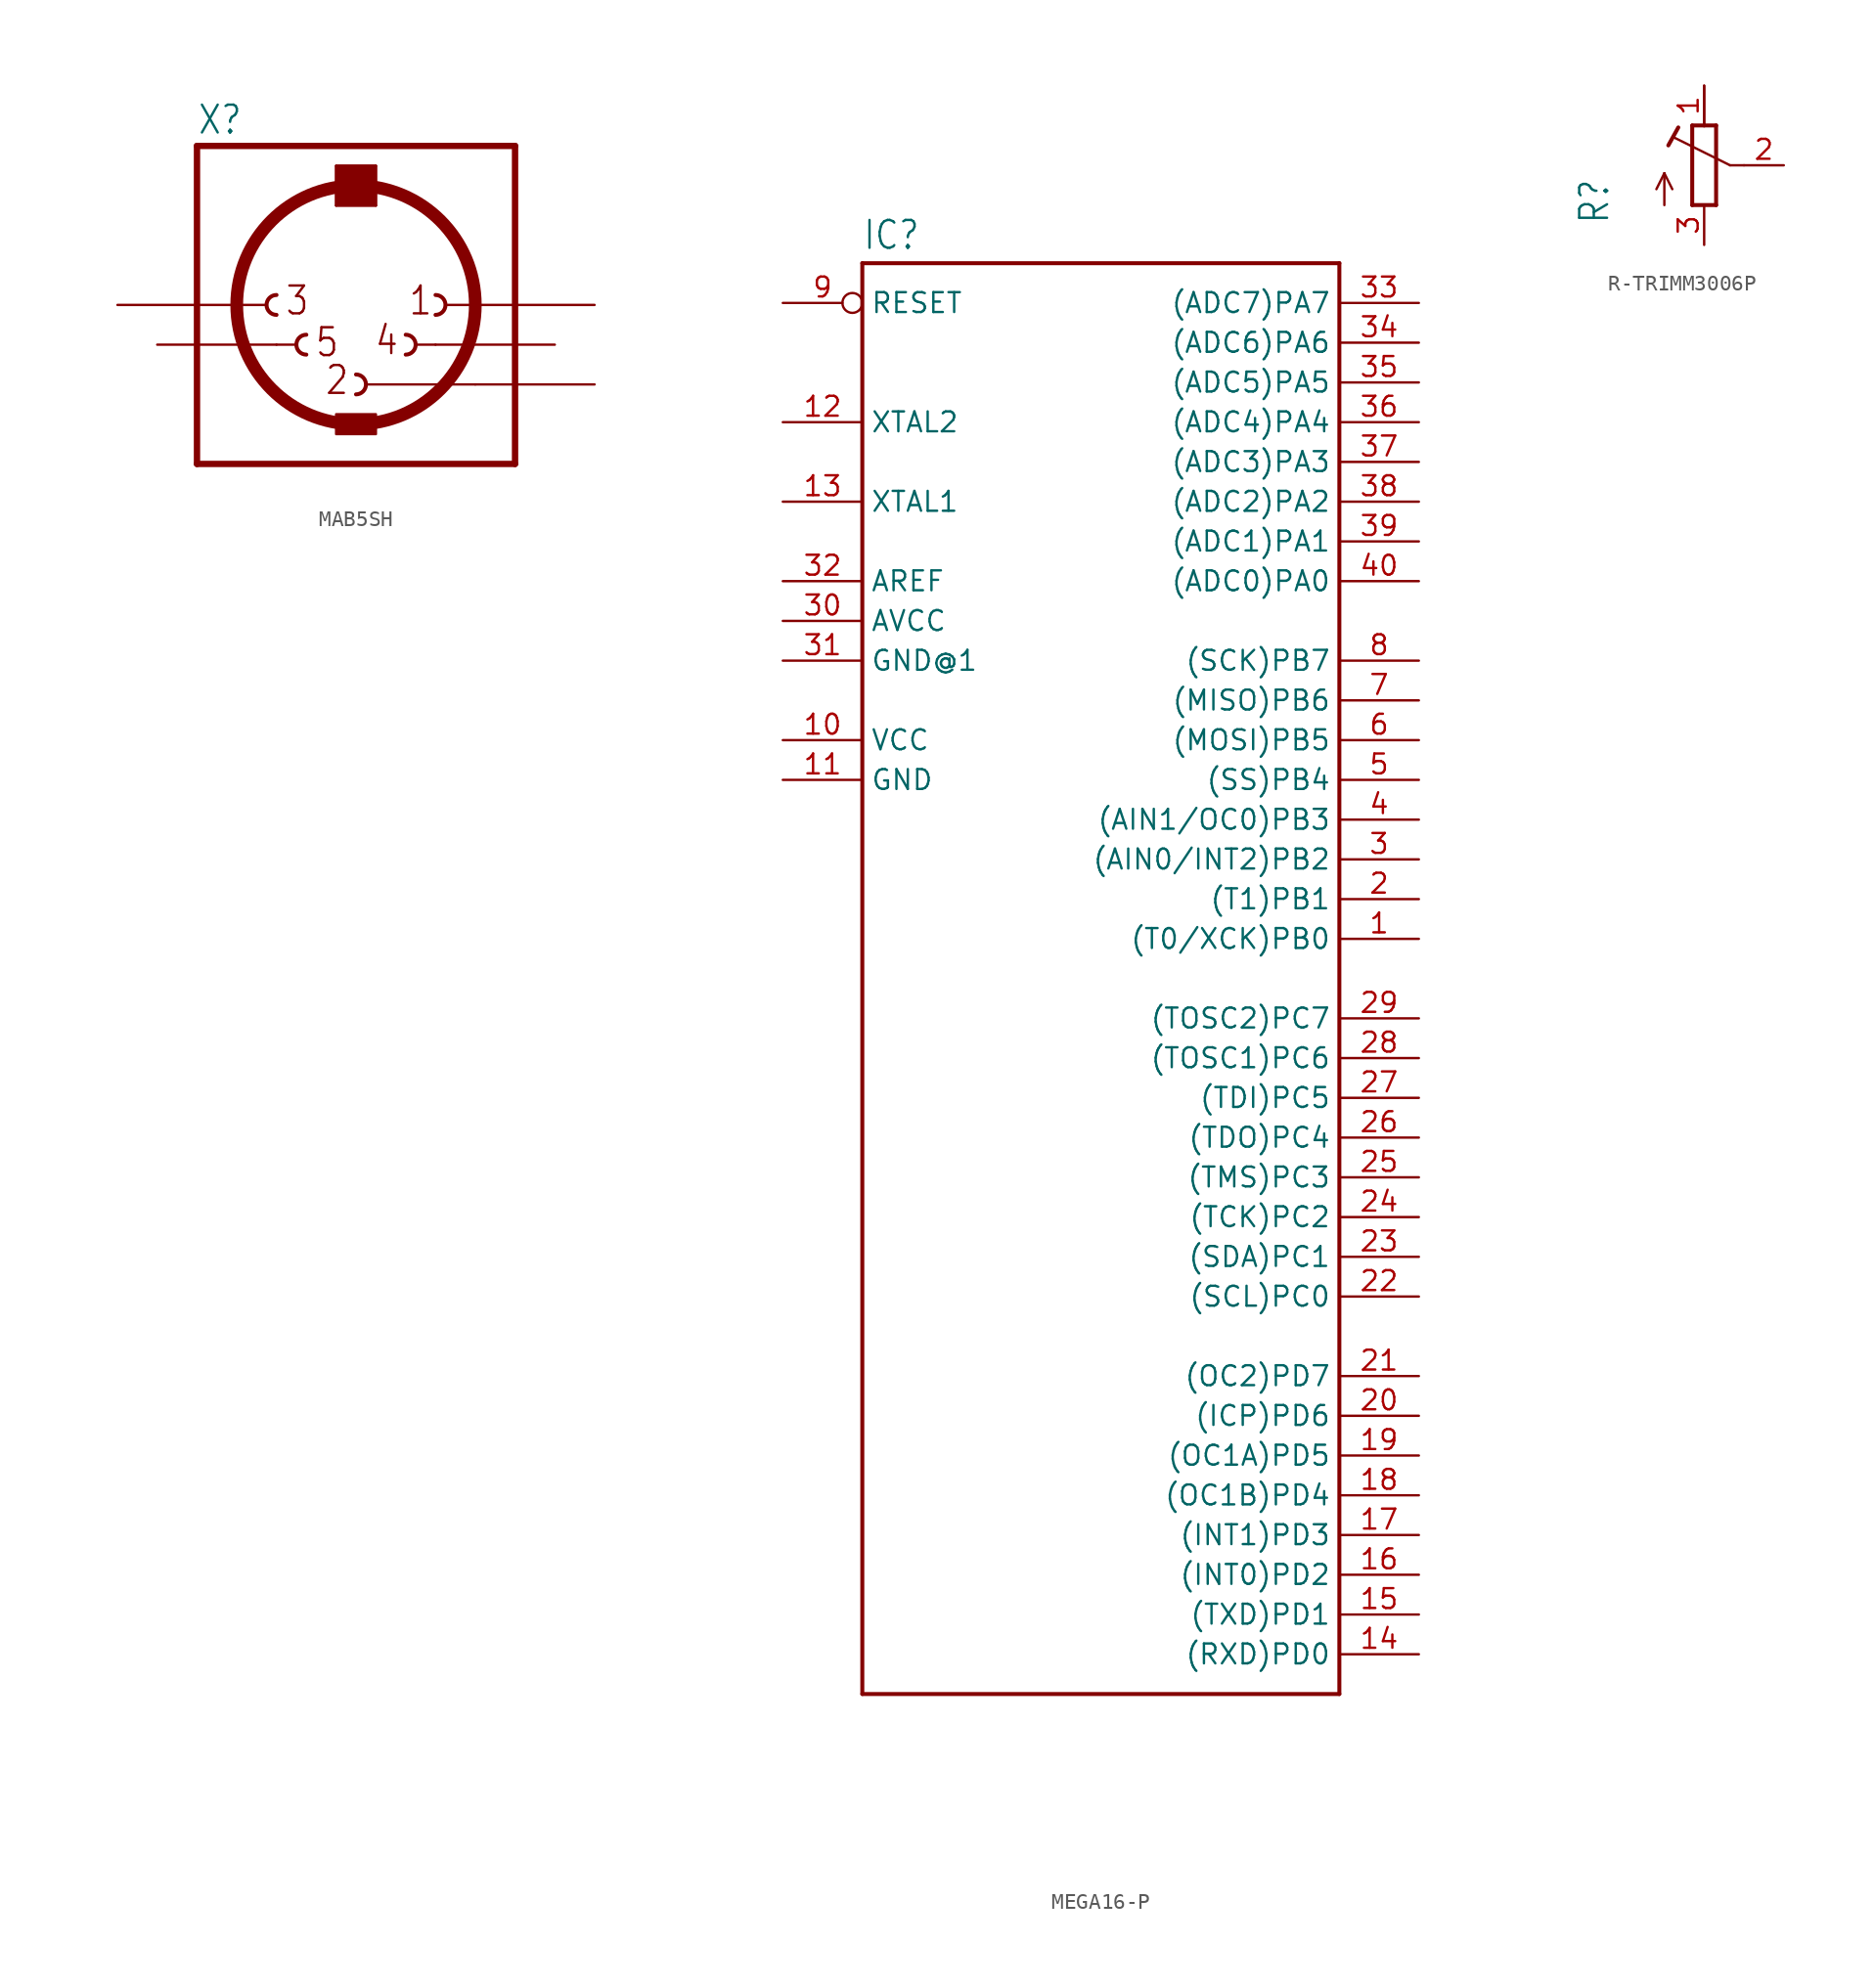
<source format=kicad_sym>
(kicad_symbol_lib
  (version 20231120)
  (generator "kicad_symbol_editor")
  (generator_version "8.0")
  (symbol "MAB5SH"
    (property "Reference" "X"
      (at -10.16 10.795 0)
      (effects (font (size 1.778 1.511)) (justify left bottom)))
    (property "Value" ""
      (at 0 10.795 0)
      (effects (font (size 1.778 1.511)) (justify left bottom)))
    (property "ki_locked" ""
      (at 0 0 0)
      (effects (font (size 1.27 1.27))))
    (symbol "MAB5SH_1_0"
      (arc (start -5.08 0.635) (mid -5.715 0) (end -5.08 -0.635) (stroke (width 0.254) (type solid)) (fill (type none)))
      (arc (start -3.175 -1.905) (mid -3.81 -2.54) (end -3.175 -3.175) (stroke (width 0.254) (type solid)) (fill (type none)))
      (rectangle (start -1.27 -8.255) (end 1.27 -6.985) (stroke (width 0) (type default)) (fill (type outline)))
      (rectangle (start -1.27 6.35) (end 1.27 8.89) (stroke (width 0) (type default)) (fill (type outline)))
      (arc (start 0 -5.715) (mid 0.635 -5.08) (end 0 -4.445) (stroke (width 0.254) (type solid)) (fill (type none)))
      (polyline (pts (xy -10.16 -10.16) (xy -10.16 10.16)) (stroke (width 0.406) (type solid)) (fill (type none)))
      (polyline (pts (xy -10.16 -10.16) (xy 10.16 -10.16)) (stroke (width 0.406) (type solid)) (fill (type none)))
      (polyline (pts (xy -7.62 0) (xy -5.715 0)) (stroke (width 0.152) (type solid)) (fill (type none)))
      (polyline (pts (xy -5.08 -2.54) (xy -3.81 -2.54)) (stroke (width 0.152) (type solid)) (fill (type none)))
      (polyline (pts (xy -1.27 6.35) (xy -1.27 8.89)) (stroke (width 0.152) (type solid)) (fill (type none)))
      (polyline (pts (xy -1.27 6.35) (xy 1.27 6.35)) (stroke (width 0.152) (type solid)) (fill (type none)))
      (polyline (pts (xy -1.27 8.89) (xy 1.27 8.89)) (stroke (width 0.152) (type solid)) (fill (type none)))
      (polyline (pts (xy 0.635 -5.08) (xy 7.62 -5.08)) (stroke (width 0.152) (type solid)) (fill (type none)))
      (polyline (pts (xy 1.27 8.89) (xy 1.27 6.35)) (stroke (width 0.152) (type solid)) (fill (type none)))
      (polyline (pts (xy 3.81 -2.54) (xy 5.08 -2.54)) (stroke (width 0.152) (type solid)) (fill (type none)))
      (polyline (pts (xy 5.715 0) (xy 7.62 0)) (stroke (width 0.152) (type solid)) (fill (type none)))
      (polyline (pts (xy 10.16 10.16) (xy -10.16 10.16)) (stroke (width 0.406) (type solid)) (fill (type none)))
      (polyline (pts (xy 10.16 10.16) (xy 10.16 -10.16)) (stroke (width 0.406) (type solid)) (fill (type none)))
      (circle (center 0 0) (radius 7.62) (stroke (width 0.813) (type solid)) (fill (type none)))
      (arc (start 3.175 -3.175) (mid 3.81 -2.54) (end 3.175 -1.905) (stroke (width 0.254) (type solid)) (fill (type none)))
      (arc (start 5.08 -0.635) (mid 5.715 0) (end 5.08 0.635) (stroke (width 0.254) (type solid)) (fill (type none)))
      (text "1" (at 3.302 -0.762 0) (effects (font (size 1.778 1.511)) (justify left bottom)))
      (text "2" (at -2.032 -5.842 0) (effects (font (size 1.778 1.511)) (justify left bottom)))
      (text "3" (at -4.572 -0.762 0) (effects (font (size 1.778 1.511)) (justify left bottom)))
      (text "4" (at 1.143 -3.302 0) (effects (font (size 1.778 1.511)) (justify left bottom)))
      (text "5" (at -2.667 -3.429 0) (effects (font (size 1.778 1.511)) (justify left bottom)))
      (pin passive line (at 15.24 0 180) (length 7.62) (name "1" (effects (font (size 0 0)))) (number "1" (effects (font (size 0 0)))))
      (pin passive line (at 15.24 -5.08 180) (length 7.62) (name "2" (effects (font (size 0 0)))) (number "2" (effects (font (size 0 0)))))
      (pin passive line (at -15.24 0 0) (length 7.62) (name "3" (effects (font (size 0 0)))) (number "3" (effects (font (size 0 0)))))
      (pin passive line (at 12.7 -2.54 180) (length 7.62) (name "4" (effects (font (size 0 0)))) (number "4" (effects (font (size 0 0)))))
      (pin passive line (at -12.7 -2.54 0) (length 7.62) (name "5" (effects (font (size 0 0)))) (number "5" (effects (font (size 0 0)))))))
  (symbol "MEGA16-P"
    (property "Reference" "IC"
      (at -15.24 43.942 0)
      (effects (font (size 1.778 1.511)) (justify left bottom)))
    (property "Value" ""
      (at -15.24 -50.8 0)
      (effects (font (size 1.778 1.511)) (justify left bottom)))
    (property "ki_locked" ""
      (at 0 0 0)
      (effects (font (size 1.27 1.27))))
    (symbol "MEGA16-P_1_0"
      (polyline (pts (xy -15.24 -48.26) (xy -15.24 43.18)) (stroke (width 0.254) (type solid)) (fill (type none)))
      (polyline (pts (xy -15.24 43.18) (xy 15.24 43.18)) (stroke (width 0.254) (type solid)) (fill (type none)))
      (polyline (pts (xy 15.24 -48.26) (xy -15.24 -48.26)) (stroke (width 0.254) (type solid)) (fill (type none)))
      (polyline (pts (xy 15.24 43.18) (xy 15.24 -48.26)) (stroke (width 0.254) (type solid)) (fill (type none)))
      (pin bidirectional line (at 20.32 0 180) (length 5.08) (name "(T0/XCK)PB0" (effects (font (size 1.27 1.27)))) (number "1" (effects (font (size 1.27 1.27)))))
      (pin power_in line (at -20.32 12.7 0) (length 5.08) (name "VCC" (effects (font (size 1.27 1.27)))) (number "10" (effects (font (size 1.27 1.27)))))
      (pin power_in line (at -20.32 10.16 0) (length 5.08) (name "GND" (effects (font (size 1.27 1.27)))) (number "11" (effects (font (size 1.27 1.27)))))
      (pin bidirectional line (at -20.32 33.02 0) (length 5.08) (name "XTAL2" (effects (font (size 1.27 1.27)))) (number "12" (effects (font (size 1.27 1.27)))))
      (pin bidirectional line (at -20.32 27.94 0) (length 5.08) (name "XTAL1" (effects (font (size 1.27 1.27)))) (number "13" (effects (font (size 1.27 1.27)))))
      (pin bidirectional line (at 20.32 -45.72 180) (length 5.08) (name "(RXD)PD0" (effects (font (size 1.27 1.27)))) (number "14" (effects (font (size 1.27 1.27)))))
      (pin bidirectional line (at 20.32 -43.18 180) (length 5.08) (name "(TXD)PD1" (effects (font (size 1.27 1.27)))) (number "15" (effects (font (size 1.27 1.27)))))
      (pin bidirectional line (at 20.32 -40.64 180) (length 5.08) (name "(INT0)PD2" (effects (font (size 1.27 1.27)))) (number "16" (effects (font (size 1.27 1.27)))))
      (pin bidirectional line (at 20.32 -38.1 180) (length 5.08) (name "(INT1)PD3" (effects (font (size 1.27 1.27)))) (number "17" (effects (font (size 1.27 1.27)))))
      (pin bidirectional line (at 20.32 -35.56 180) (length 5.08) (name "(OC1B)PD4" (effects (font (size 1.27 1.27)))) (number "18" (effects (font (size 1.27 1.27)))))
      (pin bidirectional line (at 20.32 -33.02 180) (length 5.08) (name "(OC1A)PD5" (effects (font (size 1.27 1.27)))) (number "19" (effects (font (size 1.27 1.27)))))
      (pin bidirectional line (at 20.32 2.54 180) (length 5.08) (name "(T1)PB1" (effects (font (size 1.27 1.27)))) (number "2" (effects (font (size 1.27 1.27)))))
      (pin bidirectional line (at 20.32 -30.48 180) (length 5.08) (name "(ICP)PD6" (effects (font (size 1.27 1.27)))) (number "20" (effects (font (size 1.27 1.27)))))
      (pin bidirectional line (at 20.32 -27.94 180) (length 5.08) (name "(OC2)PD7" (effects (font (size 1.27 1.27)))) (number "21" (effects (font (size 1.27 1.27)))))
      (pin bidirectional line (at 20.32 -22.86 180) (length 5.08) (name "(SCL)PC0" (effects (font (size 1.27 1.27)))) (number "22" (effects (font (size 1.27 1.27)))))
      (pin bidirectional line (at 20.32 -20.32 180) (length 5.08) (name "(SDA)PC1" (effects (font (size 1.27 1.27)))) (number "23" (effects (font (size 1.27 1.27)))))
      (pin bidirectional line (at 20.32 -17.78 180) (length 5.08) (name "(TCK)PC2" (effects (font (size 1.27 1.27)))) (number "24" (effects (font (size 1.27 1.27)))))
      (pin bidirectional line (at 20.32 -15.24 180) (length 5.08) (name "(TMS)PC3" (effects (font (size 1.27 1.27)))) (number "25" (effects (font (size 1.27 1.27)))))
      (pin bidirectional line (at 20.32 -12.7 180) (length 5.08) (name "(TDO)PC4" (effects (font (size 1.27 1.27)))) (number "26" (effects (font (size 1.27 1.27)))))
      (pin bidirectional line (at 20.32 -10.16 180) (length 5.08) (name "(TDI)PC5" (effects (font (size 1.27 1.27)))) (number "27" (effects (font (size 1.27 1.27)))))
      (pin bidirectional line (at 20.32 -7.62 180) (length 5.08) (name "(TOSC1)PC6" (effects (font (size 1.27 1.27)))) (number "28" (effects (font (size 1.27 1.27)))))
      (pin bidirectional line (at 20.32 -5.08 180) (length 5.08) (name "(TOSC2)PC7" (effects (font (size 1.27 1.27)))) (number "29" (effects (font (size 1.27 1.27)))))
      (pin bidirectional line (at 20.32 5.08 180) (length 5.08) (name "(AIN0/INT2)PB2" (effects (font (size 1.27 1.27)))) (number "3" (effects (font (size 1.27 1.27)))))
      (pin power_in line (at -20.32 20.32 0) (length 5.08) (name "AVCC" (effects (font (size 1.27 1.27)))) (number "30" (effects (font (size 1.27 1.27)))))
      (pin power_in line (at -20.32 17.78 0) (length 5.08) (name "GND@1" (effects (font (size 1.27 1.27)))) (number "31" (effects (font (size 1.27 1.27)))))
      (pin passive line (at -20.32 22.86 0) (length 5.08) (name "AREF" (effects (font (size 1.27 1.27)))) (number "32" (effects (font (size 1.27 1.27)))))
      (pin bidirectional line (at 20.32 40.64 180) (length 5.08) (name "(ADC7)PA7" (effects (font (size 1.27 1.27)))) (number "33" (effects (font (size 1.27 1.27)))))
      (pin bidirectional line (at 20.32 38.1 180) (length 5.08) (name "(ADC6)PA6" (effects (font (size 1.27 1.27)))) (number "34" (effects (font (size 1.27 1.27)))))
      (pin bidirectional line (at 20.32 35.56 180) (length 5.08) (name "(ADC5)PA5" (effects (font (size 1.27 1.27)))) (number "35" (effects (font (size 1.27 1.27)))))
      (pin bidirectional line (at 20.32 33.02 180) (length 5.08) (name "(ADC4)PA4" (effects (font (size 1.27 1.27)))) (number "36" (effects (font (size 1.27 1.27)))))
      (pin bidirectional line (at 20.32 30.48 180) (length 5.08) (name "(ADC3)PA3" (effects (font (size 1.27 1.27)))) (number "37" (effects (font (size 1.27 1.27)))))
      (pin bidirectional line (at 20.32 27.94 180) (length 5.08) (name "(ADC2)PA2" (effects (font (size 1.27 1.27)))) (number "38" (effects (font (size 1.27 1.27)))))
      (pin bidirectional line (at 20.32 25.4 180) (length 5.08) (name "(ADC1)PA1" (effects (font (size 1.27 1.27)))) (number "39" (effects (font (size 1.27 1.27)))))
      (pin bidirectional line (at 20.32 7.62 180) (length 5.08) (name "(AIN1/OC0)PB3" (effects (font (size 1.27 1.27)))) (number "4" (effects (font (size 1.27 1.27)))))
      (pin bidirectional line (at 20.32 22.86 180) (length 5.08) (name "(ADC0)PA0" (effects (font (size 1.27 1.27)))) (number "40" (effects (font (size 1.27 1.27)))))
      (pin bidirectional line (at 20.32 10.16 180) (length 5.08) (name "(SS)PB4" (effects (font (size 1.27 1.27)))) (number "5" (effects (font (size 1.27 1.27)))))
      (pin bidirectional line (at 20.32 12.7 180) (length 5.08) (name "(MOSI)PB5" (effects (font (size 1.27 1.27)))) (number "6" (effects (font (size 1.27 1.27)))))
      (pin bidirectional line (at 20.32 15.24 180) (length 5.08) (name "(MISO)PB6" (effects (font (size 1.27 1.27)))) (number "7" (effects (font (size 1.27 1.27)))))
      (pin bidirectional line (at 20.32 17.78 180) (length 5.08) (name "(SCK)PB7" (effects (font (size 1.27 1.27)))) (number "8" (effects (font (size 1.27 1.27)))))
      (pin input inverted (at -20.32 40.64 0) (length 5.08) (name "RESET" (effects (font (size 1.27 1.27)))) (number "9" (effects (font (size 1.27 1.27)))))))
  (symbol "R-TRIMM3006P"
    (property "Reference" "R"
      (at -5.969 -3.81 90)
      (effects (font (size 1.778 1.511)) (justify left bottom)))
    (property "Value" ""
      (at -3.81 -3.81 90)
      (effects (font (size 1.778 1.511)) (justify left bottom)))
    (property "ki_locked" ""
      (at 0 0 0)
      (effects (font (size 1.27 1.27))))
    (symbol "R-TRIMM3006P_1_0"
      (polyline (pts (xy -2.54 -2.54) (xy -2.54 -0.508)) (stroke (width 0.152) (type solid)) (fill (type none)))
      (polyline (pts (xy -2.54 -0.508) (xy -3.048 -1.524)) (stroke (width 0.152) (type solid)) (fill (type none)))
      (polyline (pts (xy -2.54 -0.508) (xy -2.032 -1.524)) (stroke (width 0.152) (type solid)) (fill (type none)))
      (polyline (pts (xy -2.286 1.27) (xy -1.651 2.413)) (stroke (width 0.254) (type solid)) (fill (type none)))
      (polyline (pts (xy -0.762 -2.54) (xy 0.762 -2.54)) (stroke (width 0.254) (type solid)) (fill (type none)))
      (polyline (pts (xy -0.762 2.54) (xy -0.762 -2.54)) (stroke (width 0.254) (type solid)) (fill (type none)))
      (polyline (pts (xy 0 2.54) (xy -0.762 2.54)) (stroke (width 0.254) (type solid)) (fill (type none)))
      (polyline (pts (xy 0 2.54) (xy 0 5.08)) (stroke (width 0.152) (type solid)) (fill (type none)))
      (polyline (pts (xy 0.762 -2.54) (xy 0.762 2.54)) (stroke (width 0.254) (type solid)) (fill (type none)))
      (polyline (pts (xy 0.762 2.54) (xy 0 2.54)) (stroke (width 0.254) (type solid)) (fill (type none)))
      (polyline (pts (xy 1.651 0) (xy -1.88 1.753)) (stroke (width 0.152) (type solid)) (fill (type none)))
      (polyline (pts (xy 2.54 0) (xy 1.651 0)) (stroke (width 0.152) (type solid)) (fill (type none)))
      (pin passive line (at 0 5.08 270) (length 2.54) (name "A" (effects (font (size 0 0)))) (number "1" (effects (font (size 1.27 1.27)))))
      (pin passive line (at 5.08 0 180) (length 2.54) (name "S" (effects (font (size 0 0)))) (number "2" (effects (font (size 1.27 1.27)))))
      (pin passive line (at 0 -5.08 90) (length 2.54) (name "E" (effects (font (size 0 0)))) (number "3" (effects (font (size 1.27 1.27))))))))
</source>
